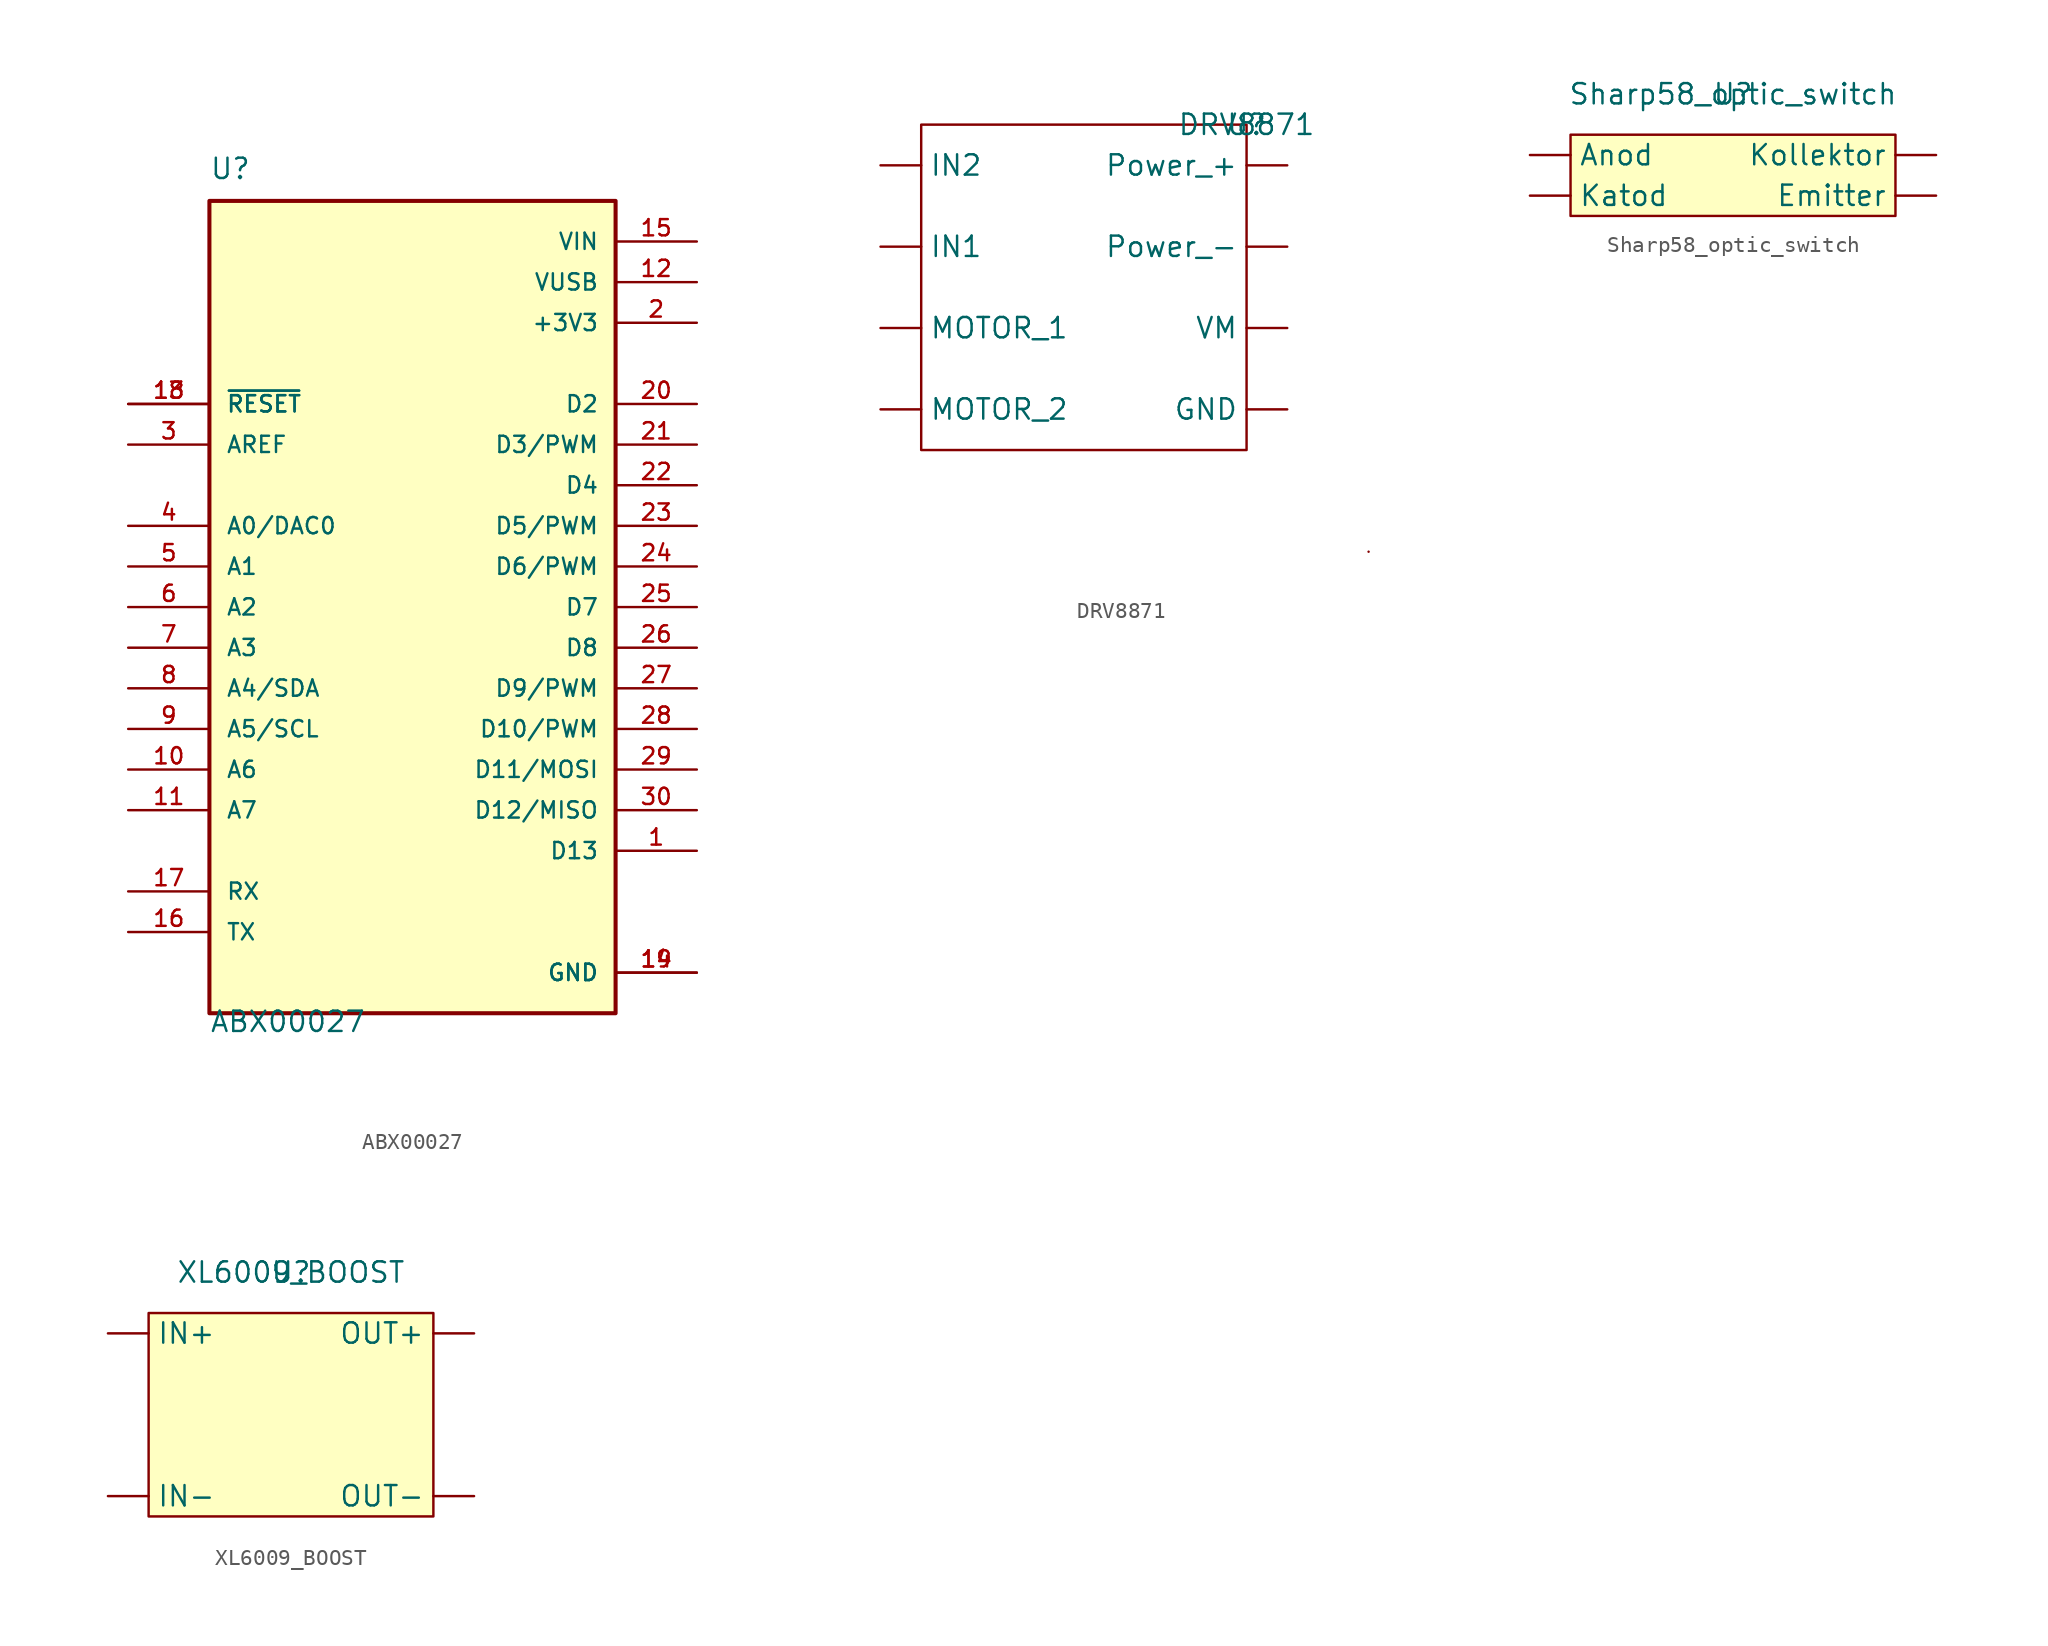
<source format=kicad_sym>
(kicad_symbol_lib
  (version 20211014)
  (generator kicad_symbol_editor)
  (symbol "ABX00027"
    (pin_names
      (offset 1.016))
    (property "Reference" "U"
      (at -12.7 26.67 0)
      (effects (font (size 1.27 1.27)) (justify left bottom)))
    (property "Value" "ABX00027"
      (at -12.7 -26.67 0)
      (effects (font (size 1.27 1.27)) (justify left bottom)))
    (property "ki_locked" ""
      (at 0 0 0)
      (effects (font (size 1.27 1.27))))
    (symbol "ABX00027_0_0"
      (rectangle (start -12.7 -25.4) (end 12.7 25.4) (stroke (width 0.254) (type default) (color 0 0 0 0)) (fill (type background)))
      (pin bidirectional line (at 17.78 -15.24 180) (length 5.08) (name "D13" (effects (font (size 1.016 1.016)))) (number "1" (effects (font (size 1.016 1.016)))))
      (pin input line (at -17.78 -10.16 0) (length 5.08) (name "A6" (effects (font (size 1.016 1.016)))) (number "10" (effects (font (size 1.016 1.016)))))
      (pin input line (at -17.78 -12.7 0) (length 5.08) (name "A7" (effects (font (size 1.016 1.016)))) (number "11" (effects (font (size 1.016 1.016)))))
      (pin power_in line (at 17.78 20.32 180) (length 5.08) (name "VUSB" (effects (font (size 1.016 1.016)))) (number "12" (effects (font (size 1.016 1.016)))))
      (pin input line (at -17.78 12.7 0) (length 5.08) (name "~{RESET}" (effects (font (size 1.016 1.016)))) (number "13" (effects (font (size 1.016 1.016)))))
      (pin power_in line (at 17.78 -22.86 180) (length 5.08) (name "GND" (effects (font (size 1.016 1.016)))) (number "14" (effects (font (size 1.016 1.016)))))
      (pin power_in line (at 17.78 22.86 180) (length 5.08) (name "VIN" (effects (font (size 1.016 1.016)))) (number "15" (effects (font (size 1.016 1.016)))))
      (pin bidirectional line (at -17.78 -20.32 0) (length 5.08) (name "TX" (effects (font (size 1.016 1.016)))) (number "16" (effects (font (size 1.016 1.016)))))
      (pin bidirectional line (at -17.78 -17.78 0) (length 5.08) (name "RX" (effects (font (size 1.016 1.016)))) (number "17" (effects (font (size 1.016 1.016)))))
      (pin input line (at -17.78 12.7 0) (length 5.08) (name "~{RESET}" (effects (font (size 1.016 1.016)))) (number "18" (effects (font (size 1.016 1.016)))))
      (pin power_in line (at 17.78 -22.86 180) (length 5.08) (name "GND" (effects (font (size 1.016 1.016)))) (number "19" (effects (font (size 1.016 1.016)))))
      (pin power_in line (at 17.78 17.78 180) (length 5.08) (name "+3V3" (effects (font (size 1.016 1.016)))) (number "2" (effects (font (size 1.016 1.016)))))
      (pin bidirectional line (at 17.78 12.7 180) (length 5.08) (name "D2" (effects (font (size 1.016 1.016)))) (number "20" (effects (font (size 1.016 1.016)))))
      (pin bidirectional line (at 17.78 10.16 180) (length 5.08) (name "D3/PWM" (effects (font (size 1.016 1.016)))) (number "21" (effects (font (size 1.016 1.016)))))
      (pin bidirectional line (at 17.78 7.62 180) (length 5.08) (name "D4" (effects (font (size 1.016 1.016)))) (number "22" (effects (font (size 1.016 1.016)))))
      (pin bidirectional line (at 17.78 5.08 180) (length 5.08) (name "D5/PWM" (effects (font (size 1.016 1.016)))) (number "23" (effects (font (size 1.016 1.016)))))
      (pin bidirectional line (at 17.78 2.54 180) (length 5.08) (name "D6/PWM" (effects (font (size 1.016 1.016)))) (number "24" (effects (font (size 1.016 1.016)))))
      (pin bidirectional line (at 17.78 0 180) (length 5.08) (name "D7" (effects (font (size 1.016 1.016)))) (number "25" (effects (font (size 1.016 1.016)))))
      (pin bidirectional line (at 17.78 -2.54 180) (length 5.08) (name "D8" (effects (font (size 1.016 1.016)))) (number "26" (effects (font (size 1.016 1.016)))))
      (pin bidirectional line (at 17.78 -5.08 180) (length 5.08) (name "D9/PWM" (effects (font (size 1.016 1.016)))) (number "27" (effects (font (size 1.016 1.016)))))
      (pin bidirectional line (at 17.78 -7.62 180) (length 5.08) (name "D10/PWM" (effects (font (size 1.016 1.016)))) (number "28" (effects (font (size 1.016 1.016)))))
      (pin bidirectional line (at 17.78 -10.16 180) (length 5.08) (name "D11/MOSI" (effects (font (size 1.016 1.016)))) (number "29" (effects (font (size 1.016 1.016)))))
      (pin input line (at -17.78 10.16 0) (length 5.08) (name "AREF" (effects (font (size 1.016 1.016)))) (number "3" (effects (font (size 1.016 1.016)))))
      (pin bidirectional line (at 17.78 -12.7 180) (length 5.08) (name "D12/MISO" (effects (font (size 1.016 1.016)))) (number "30" (effects (font (size 1.016 1.016)))))
      (pin bidirectional line (at -17.78 5.08 0) (length 5.08) (name "A0/DAC0" (effects (font (size 1.016 1.016)))) (number "4" (effects (font (size 1.016 1.016)))))
      (pin input line (at -17.78 2.54 0) (length 5.08) (name "A1" (effects (font (size 1.016 1.016)))) (number "5" (effects (font (size 1.016 1.016)))))
      (pin input line (at -17.78 0 0) (length 5.08) (name "A2" (effects (font (size 1.016 1.016)))) (number "6" (effects (font (size 1.016 1.016)))))
      (pin input line (at -17.78 -2.54 0) (length 5.08) (name "A3" (effects (font (size 1.016 1.016)))) (number "7" (effects (font (size 1.016 1.016)))))
      (pin input line (at -17.78 -5.08 0) (length 5.08) (name "A4/SDA" (effects (font (size 1.016 1.016)))) (number "8" (effects (font (size 1.016 1.016)))))
      (pin input line (at -17.78 -7.62 0) (length 5.08) (name "A5/SCL" (effects (font (size 1.016 1.016)))) (number "9" (effects (font (size 1.016 1.016)))))))
  (symbol "DRV8871"
    (property "Reference" "U"
      (at 0 0 0)
      (effects (font (size 1.27 1.27))))
    (property "Value" "DRV8871"
      (at 0 0 0)
      (effects (font (size 1.27 1.27))))
    (symbol "DRV8871_0_1"
      (rectangle (start -20.32 0) (end 0 -20.32) (stroke (width 0) (type default) (color 0 0 0 0)) (fill (type none)))
      (rectangle (start 7.62 -26.67) (end 7.62 -26.67) (stroke (width 0) (type default) (color 0 0 0 0)) (fill (type none))))
    (symbol "DRV8871_1_1"
      (pin power_in line (at 2.54 -17.78 180) (length 2.54) (name "GND" (effects (font (size 1.27 1.27)))) (number "" (effects (font (size 1.27 1.27)))))
      (pin input line (at -22.86 -7.62 0) (length 2.54) (name "IN1" (effects (font (size 1.27 1.27)))) (number "" (effects (font (size 1.27 1.27)))))
      (pin input line (at -22.86 -2.54 0) (length 2.54) (name "IN2" (effects (font (size 1.27 1.27)))) (number "" (effects (font (size 1.27 1.27)))))
      (pin power_out line (at -22.86 -12.7 0) (length 2.54) (name "MOTOR_1" (effects (font (size 1.27 1.27)))) (number "" (effects (font (size 1.27 1.27)))))
      (pin power_out line (at -22.86 -17.78 0) (length 2.54) (name "MOTOR_2" (effects (font (size 1.27 1.27)))) (number "" (effects (font (size 1.27 1.27)))))
      (pin power_in line (at 2.54 -2.54 180) (length 2.54) (name "Power_+" (effects (font (size 1.27 1.27)))) (number "" (effects (font (size 1.27 1.27)))))
      (pin power_in line (at 2.54 -7.62 180) (length 2.54) (name "Power_-" (effects (font (size 1.27 1.27)))) (number "" (effects (font (size 1.27 1.27)))))
      (pin power_in line (at 2.54 -12.7 180) (length 2.54) (name "VM" (effects (font (size 1.27 1.27)))) (number "" (effects (font (size 1.27 1.27)))))))
  (symbol "Sharp58_optic_switch"
    (property "Reference" "U"
      (at 0 0 0)
      (effects (font (size 1.27 1.27))))
    (property "Value" "Sharp58_optic_switch"
      (at 0 0 0)
      (effects (font (size 1.27 1.27))))
    (symbol "Sharp58_optic_switch_0_1"
      (rectangle (start 10.16 -7.62) (end -10.16 -2.54) (stroke (width 0) (type default) (color 0 0 0 0)) (fill (type background))))
    (symbol "Sharp58_optic_switch_1_1"
      (pin input line (at -12.7 -3.81 0) (length 2.54) (name "Anod" (effects (font (size 1.27 1.27)))) (number "" (effects (font (size 1.27 1.27)))))
      (pin output line (at 12.7 -6.35 180) (length 2.54) (name "Emitter" (effects (font (size 1.27 1.27)))) (number "" (effects (font (size 1.27 1.27)))))
      (pin output line (at -12.7 -6.35 0) (length 2.54) (name "Katod" (effects (font (size 1.27 1.27)))) (number "" (effects (font (size 1.27 1.27)))))
      (pin input line (at 12.7 -3.81 180) (length 2.54) (name "Kollektor" (effects (font (size 1.27 1.27)))) (number "" (effects (font (size 1.27 1.27)))))))
  (symbol "XL6009_BOOST"
    (property "Reference" "U"
      (at 0 0 0)
      (effects (font (size 1.27 1.27))))
    (property "Value" "XL6009_BOOST"
      (at 0 0 0)
      (effects (font (size 1.27 1.27))))
    (symbol "XL6009_BOOST_0_1"
      (rectangle (start 8.89 -2.54) (end -8.89 -15.24) (stroke (width 0) (type default) (color 0 0 0 0)) (fill (type background))))
    (symbol "XL6009_BOOST_1_1"
      (pin power_in line (at -11.43 -3.81 0) (length 2.54) (name "IN+" (effects (font (size 1.27 1.27)))) (number "" (effects (font (size 1.27 1.27)))))
      (pin power_in line (at -11.43 -13.97 0) (length 2.54) (name "IN-" (effects (font (size 1.27 1.27)))) (number "" (effects (font (size 1.27 1.27)))))
      (pin power_out line (at 11.43 -3.81 180) (length 2.54) (name "OUT+" (effects (font (size 1.27 1.27)))) (number "" (effects (font (size 1.27 1.27)))))
      (pin power_out line (at 11.43 -13.97 180) (length 2.54) (name "OUT-" (effects (font (size 1.27 1.27)))) (number "" (effects (font (size 1.27 1.27))))))))
</source>
